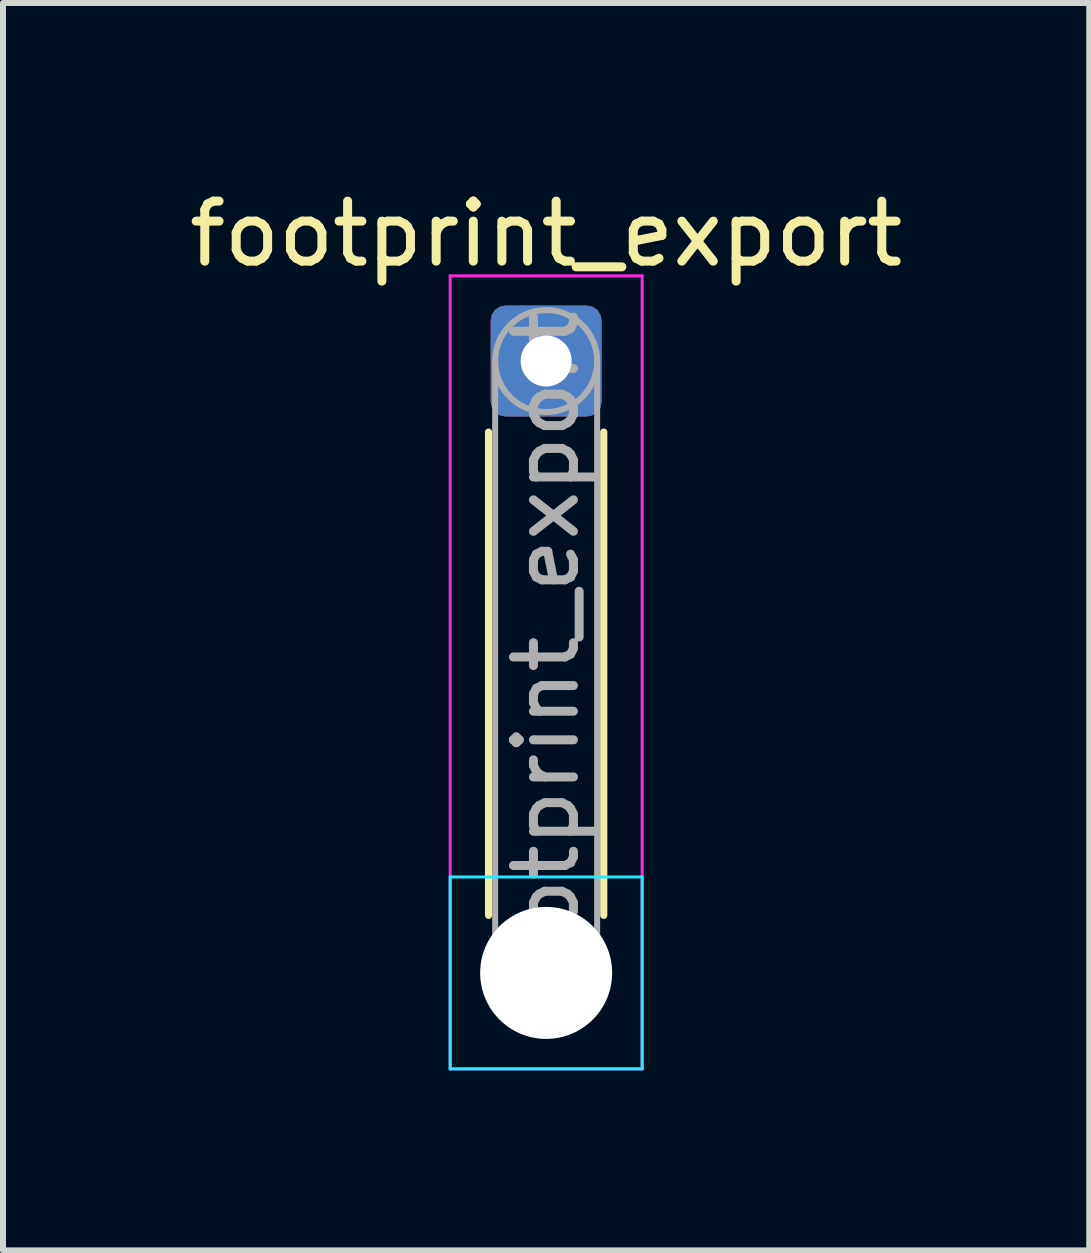
<source format=kicad_pcb>
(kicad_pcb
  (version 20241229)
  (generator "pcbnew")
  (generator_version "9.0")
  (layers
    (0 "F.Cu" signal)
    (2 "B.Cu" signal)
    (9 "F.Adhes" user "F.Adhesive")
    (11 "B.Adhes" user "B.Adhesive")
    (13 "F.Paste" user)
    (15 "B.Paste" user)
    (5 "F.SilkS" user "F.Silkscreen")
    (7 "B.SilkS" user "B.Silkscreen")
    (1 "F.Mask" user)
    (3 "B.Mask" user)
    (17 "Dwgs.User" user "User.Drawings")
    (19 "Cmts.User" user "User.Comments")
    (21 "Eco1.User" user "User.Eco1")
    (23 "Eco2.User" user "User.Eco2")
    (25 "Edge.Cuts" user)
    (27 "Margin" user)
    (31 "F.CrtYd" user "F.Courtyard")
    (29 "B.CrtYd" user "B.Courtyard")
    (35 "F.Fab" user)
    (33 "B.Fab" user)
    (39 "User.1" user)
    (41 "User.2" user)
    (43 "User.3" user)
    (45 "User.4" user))
  (footprint "footprint_export"
    (layer "F.Cu")
    (at 6.054 2.968)
    (property "Reference" "footprint_export" (at 0 -2.12 0) (layer "F.SilkS") (effects (font (size 1 1) (thickness 0.15))))
    (attr exclude_from_pos_files exclude_from_bom)
    (fp_line (start -0.96 1.185) (end -0.96 9.24) (stroke (width 0.12) (type solid)) (layer "F.SilkS"))
    (fp_line (start 0.96 1.185) (end 0.96 9.24) (stroke (width 0.12) (type solid)) (layer "F.SilkS"))
    (fp_line (start -1.6 8.6) (end -1.6 11.8) (stroke (width 0.05) (type solid)) (layer "B.CrtYd"))
    (fp_line (start -1.6 11.8) (end 1.6 11.8) (stroke (width 0.05) (type solid)) (layer "B.CrtYd"))
    (fp_line (start 1.6 8.6) (end -1.6 8.6) (stroke (width 0.05) (type solid)) (layer "B.CrtYd"))
    (fp_line (start 1.6 11.8) (end 1.6 8.6) (stroke (width 0.05) (type solid)) (layer "B.CrtYd"))
    (fp_line (start -1.6 -1.42) (end -1.6 11.8) (stroke (width 0.05) (type solid)) (layer "F.CrtYd"))
    (fp_line (start -1.6 11.8) (end 1.6 11.8) (stroke (width 0.05) (type solid)) (layer "F.CrtYd"))
    (fp_line (start 1.6 -1.42) (end -1.6 -1.42) (stroke (width 0.05) (type solid)) (layer "F.CrtYd"))
    (fp_line (start 1.6 11.8) (end 1.6 -1.42) (stroke (width 0.05) (type solid)) (layer "F.CrtYd"))
    (fp_line (start -0.85 0) (end -0.85 10.2) (stroke (width 0.1) (type solid)) (layer "F.Fab"))
    (fp_line (start 0.85 0) (end 0.85 10.2) (stroke (width 0.1) (type solid)) (layer "F.Fab"))
    (fp_circle (center 0 0) (end 0.85 0) (stroke (width 0.1) (type solid)) (fill no) (layer "F.Fab"))
    (fp_circle (center 0 10.2) (end 0.85 10.2) (stroke (width 0.1) (type solid)) (fill no) (layer "F.Fab"))
    (fp_text user "${REFERENCE}" (at 0 5.1 90) (layer "F.Fab") (effects (font (size 1 1) (thickness 0.15))))
    (pad "" np_thru_hole circle (at 0 10.2) (size 2.2 2.2) (drill 2.2) (layers "*.Cu" "*.Mask"))
    (pad "1" thru_hole roundrect (at 0 0) (size 1.85 1.85) (drill 0.85) (layers "*.Cu" "*.Mask") (roundrect_rratio 0.135)))
  (gr_rect
    (start -3 -3)
    (end 15.107 17.793)
    (stroke (width 0.1) (type default))
    (fill no)
    (layer "Edge.Cuts")))
</source>
